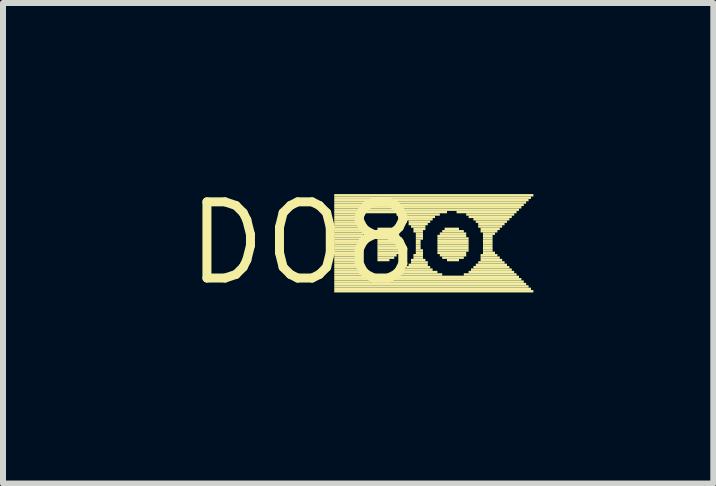
<source format=kicad_pcb>
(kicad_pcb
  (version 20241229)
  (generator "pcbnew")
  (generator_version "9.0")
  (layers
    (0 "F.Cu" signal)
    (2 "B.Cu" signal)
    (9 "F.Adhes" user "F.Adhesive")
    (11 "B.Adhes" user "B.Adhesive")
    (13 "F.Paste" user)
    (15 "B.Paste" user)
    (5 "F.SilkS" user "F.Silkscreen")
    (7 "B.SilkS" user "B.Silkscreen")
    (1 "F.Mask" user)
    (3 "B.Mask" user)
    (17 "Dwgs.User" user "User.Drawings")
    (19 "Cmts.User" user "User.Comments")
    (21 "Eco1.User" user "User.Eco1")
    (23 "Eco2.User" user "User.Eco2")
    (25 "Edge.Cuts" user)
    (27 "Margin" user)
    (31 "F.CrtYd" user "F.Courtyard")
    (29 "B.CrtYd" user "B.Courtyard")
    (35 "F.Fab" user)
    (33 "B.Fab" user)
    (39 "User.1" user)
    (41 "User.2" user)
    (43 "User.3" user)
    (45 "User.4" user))
  (footprint "DO8"
    (layer "F.Cu")
    (at 2.003 1.006)
    (property "Reference" "DO8" (at 0 0 0) (layer "F.SilkS") (effects (font (size 1.27 1.27) (thickness 0.15))))
    (attr through_hole)
    (fp_poly (pts (xy 0.52 -0.78) (xy 3.84 -0.78) (xy 3.84 -0.82) (xy 0.52 -0.82)) (stroke (width 0) (type solid)) (fill yes) (layer "F.SilkS"))
    (fp_poly (pts (xy 0.52 -0.74) (xy 3.8 -0.74) (xy 3.8 -0.78) (xy 0.52 -0.78)) (stroke (width 0) (type solid)) (fill yes) (layer "F.SilkS"))
    (fp_poly (pts (xy 0.52 -0.7) (xy 3.76 -0.7) (xy 3.76 -0.74) (xy 0.52 -0.74)) (stroke (width 0) (type solid)) (fill yes) (layer "F.SilkS"))
    (fp_poly (pts (xy 0.52 -0.66) (xy 3.72 -0.66) (xy 3.72 -0.7) (xy 0.52 -0.7)) (stroke (width 0) (type solid)) (fill yes) (layer "F.SilkS"))
    (fp_poly (pts (xy 0.52 -0.62) (xy 3.68 -0.62) (xy 3.68 -0.66) (xy 0.52 -0.66)) (stroke (width 0) (type solid)) (fill yes) (layer "F.SilkS"))
    (fp_poly (pts (xy 0.52 -0.58) (xy 3.64 -0.58) (xy 3.64 -0.62) (xy 0.52 -0.62)) (stroke (width 0) (type solid)) (fill yes) (layer "F.SilkS"))
    (fp_poly (pts (xy 0.52 -0.54) (xy 3.6 -0.54) (xy 3.6 -0.58) (xy 0.52 -0.58)) (stroke (width 0) (type solid)) (fill yes) (layer "F.SilkS"))
    (fp_poly (pts (xy 0.52 -0.5) (xy 2.4 -0.5) (xy 2.4 -0.54) (xy 0.52 -0.54)) (stroke (width 0) (type solid)) (fill yes) (layer "F.SilkS"))
    (fp_poly (pts (xy 0.52 -0.46) (xy 1 -0.46) (xy 1 -0.5) (xy 0.52 -0.5)) (stroke (width 0) (type solid)) (fill yes) (layer "F.SilkS"))
    (fp_poly (pts (xy 0.52 -0.42) (xy 1 -0.42) (xy 1 -0.46) (xy 0.52 -0.46)) (stroke (width 0) (type solid)) (fill yes) (layer "F.SilkS"))
    (fp_poly (pts (xy 0.52 -0.38) (xy 1 -0.38) (xy 1 -0.42) (xy 0.52 -0.42)) (stroke (width 0) (type solid)) (fill yes) (layer "F.SilkS"))
    (fp_poly (pts (xy 0.52 -0.34) (xy 1 -0.34) (xy 1 -0.38) (xy 0.52 -0.38)) (stroke (width 0) (type solid)) (fill yes) (layer "F.SilkS"))
    (fp_poly (pts (xy 0.52 -0.3) (xy 1 -0.3) (xy 1 -0.34) (xy 0.52 -0.34)) (stroke (width 0) (type solid)) (fill yes) (layer "F.SilkS"))
    (fp_poly (pts (xy 0.52 -0.26) (xy 1 -0.26) (xy 1 -0.3) (xy 0.52 -0.3)) (stroke (width 0) (type solid)) (fill yes) (layer "F.SilkS"))
    (fp_poly (pts (xy 0.52 -0.22) (xy 1 -0.22) (xy 1 -0.26) (xy 0.52 -0.26)) (stroke (width 0) (type solid)) (fill yes) (layer "F.SilkS"))
    (fp_poly (pts (xy 0.52 -0.18) (xy 1 -0.18) (xy 1 -0.22) (xy 0.52 -0.22)) (stroke (width 0) (type solid)) (fill yes) (layer "F.SilkS"))
    (fp_poly (pts (xy 0.52 -0.14) (xy 1 -0.14) (xy 1 -0.18) (xy 0.52 -0.18)) (stroke (width 0) (type solid)) (fill yes) (layer "F.SilkS"))
    (fp_poly (pts (xy 0.52 -0.1) (xy 1 -0.1) (xy 1 -0.14) (xy 0.52 -0.14)) (stroke (width 0) (type solid)) (fill yes) (layer "F.SilkS"))
    (fp_poly (pts (xy 0.52 -0.06) (xy 1 -0.06) (xy 1 -0.1) (xy 0.52 -0.1)) (stroke (width 0) (type solid)) (fill yes) (layer "F.SilkS"))
    (fp_poly (pts (xy 0.52 -0.02) (xy 1 -0.02) (xy 1 -0.06) (xy 0.52 -0.06)) (stroke (width 0) (type solid)) (fill yes) (layer "F.SilkS"))
    (fp_poly (pts (xy 0.52 0.02) (xy 1 0.02) (xy 1 -0.02) (xy 0.52 -0.02)) (stroke (width 0) (type solid)) (fill yes) (layer "F.SilkS"))
    (fp_poly (pts (xy 0.52 0.06) (xy 1 0.06) (xy 1 0.02) (xy 0.52 0.02)) (stroke (width 0) (type solid)) (fill yes) (layer "F.SilkS"))
    (fp_poly (pts (xy 0.52 0.1) (xy 1 0.1) (xy 1 0.06) (xy 0.52 0.06)) (stroke (width 0) (type solid)) (fill yes) (layer "F.SilkS"))
    (fp_poly (pts (xy 0.52 0.14) (xy 1 0.14) (xy 1 0.1) (xy 0.52 0.1)) (stroke (width 0) (type solid)) (fill yes) (layer "F.SilkS"))
    (fp_poly (pts (xy 0.52 0.18) (xy 1 0.18) (xy 1 0.14) (xy 0.52 0.14)) (stroke (width 0) (type solid)) (fill yes) (layer "F.SilkS"))
    (fp_poly (pts (xy 0.52 0.22) (xy 1 0.22) (xy 1 0.18) (xy 0.52 0.18)) (stroke (width 0) (type solid)) (fill yes) (layer "F.SilkS"))
    (fp_poly (pts (xy 0.52 0.26) (xy 1 0.26) (xy 1 0.22) (xy 0.52 0.22)) (stroke (width 0) (type solid)) (fill yes) (layer "F.SilkS"))
    (fp_poly (pts (xy 0.52 0.3) (xy 1 0.3) (xy 1 0.26) (xy 0.52 0.26)) (stroke (width 0) (type solid)) (fill yes) (layer "F.SilkS"))
    (fp_poly (pts (xy 0.52 0.34) (xy 1 0.34) (xy 1 0.3) (xy 0.52 0.3)) (stroke (width 0) (type solid)) (fill yes) (layer "F.SilkS"))
    (fp_poly (pts (xy 0.52 0.38) (xy 1 0.38) (xy 1 0.34) (xy 0.52 0.34)) (stroke (width 0) (type solid)) (fill yes) (layer "F.SilkS"))
    (fp_poly (pts (xy 0.52 0.42) (xy 1 0.42) (xy 1 0.38) (xy 0.52 0.38)) (stroke (width 0) (type solid)) (fill yes) (layer "F.SilkS"))
    (fp_poly (pts (xy 0.52 0.46) (xy 1 0.46) (xy 1 0.42) (xy 0.52 0.42)) (stroke (width 0) (type solid)) (fill yes) (layer "F.SilkS"))
    (fp_poly (pts (xy 0.52 0.5) (xy 1 0.5) (xy 1 0.46) (xy 0.52 0.46)) (stroke (width 0) (type solid)) (fill yes) (layer "F.SilkS"))
    (fp_poly (pts (xy 0.52 0.54) (xy 1 0.54) (xy 1 0.5) (xy 0.52 0.5)) (stroke (width 0) (type solid)) (fill yes) (layer "F.SilkS"))
    (fp_poly (pts (xy 0.52 0.58) (xy 3.6 0.58) (xy 3.6 0.54) (xy 0.52 0.54)) (stroke (width 0) (type solid)) (fill yes) (layer "F.SilkS"))
    (fp_poly (pts (xy 0.52 0.62) (xy 3.64 0.62) (xy 3.64 0.58) (xy 0.52 0.58)) (stroke (width 0) (type solid)) (fill yes) (layer "F.SilkS"))
    (fp_poly (pts (xy 0.52 0.66) (xy 3.68 0.66) (xy 3.68 0.62) (xy 0.52 0.62)) (stroke (width 0) (type solid)) (fill yes) (layer "F.SilkS"))
    (fp_poly (pts (xy 0.52 0.7) (xy 3.72 0.7) (xy 3.72 0.66) (xy 0.52 0.66)) (stroke (width 0) (type solid)) (fill yes) (layer "F.SilkS"))
    (fp_poly (pts (xy 0.52 0.74) (xy 3.76 0.74) (xy 3.76 0.7) (xy 0.52 0.7)) (stroke (width 0) (type solid)) (fill yes) (layer "F.SilkS"))
    (fp_poly (pts (xy 0.52 0.78) (xy 3.8 0.78) (xy 3.8 0.74) (xy 0.52 0.74)) (stroke (width 0) (type solid)) (fill yes) (layer "F.SilkS"))
    (fp_poly (pts (xy 0.52 0.82) (xy 3.84 0.82) (xy 3.84 0.78) (xy 0.52 0.78)) (stroke (width 0) (type solid)) (fill yes) (layer "F.SilkS"))
    (fp_poly (pts (xy 1.24 -0.22) (xy 1.48 -0.22) (xy 1.48 -0.26) (xy 1.24 -0.26)) (stroke (width 0) (type solid)) (fill yes) (layer "F.SilkS"))
    (fp_poly (pts (xy 1.24 -0.18) (xy 1.56 -0.18) (xy 1.56 -0.22) (xy 1.24 -0.22)) (stroke (width 0) (type solid)) (fill yes) (layer "F.SilkS"))
    (fp_poly (pts (xy 1.24 -0.14) (xy 1.6 -0.14) (xy 1.6 -0.18) (xy 1.24 -0.18)) (stroke (width 0) (type solid)) (fill yes) (layer "F.SilkS"))
    (fp_poly (pts (xy 1.24 -0.1) (xy 1.6 -0.1) (xy 1.6 -0.14) (xy 1.24 -0.14)) (stroke (width 0) (type solid)) (fill yes) (layer "F.SilkS"))
    (fp_poly (pts (xy 1.24 -0.06) (xy 1.64 -0.06) (xy 1.64 -0.1) (xy 1.24 -0.1)) (stroke (width 0) (type solid)) (fill yes) (layer "F.SilkS"))
    (fp_poly (pts (xy 1.24 -0.02) (xy 1.64 -0.02) (xy 1.64 -0.06) (xy 1.24 -0.06)) (stroke (width 0) (type solid)) (fill yes) (layer "F.SilkS"))
    (fp_poly (pts (xy 1.24 0.02) (xy 1.64 0.02) (xy 1.64 -0.02) (xy 1.24 -0.02)) (stroke (width 0) (type solid)) (fill yes) (layer "F.SilkS"))
    (fp_poly (pts (xy 1.24 0.06) (xy 1.64 0.06) (xy 1.64 0.02) (xy 1.24 0.02)) (stroke (width 0) (type solid)) (fill yes) (layer "F.SilkS"))
    (fp_poly (pts (xy 1.24 0.1) (xy 1.64 0.1) (xy 1.64 0.06) (xy 1.24 0.06)) (stroke (width 0) (type solid)) (fill yes) (layer "F.SilkS"))
    (fp_poly (pts (xy 1.24 0.14) (xy 1.64 0.14) (xy 1.64 0.1) (xy 1.24 0.1)) (stroke (width 0) (type solid)) (fill yes) (layer "F.SilkS"))
    (fp_poly (pts (xy 1.24 0.18) (xy 1.6 0.18) (xy 1.6 0.14) (xy 1.24 0.14)) (stroke (width 0) (type solid)) (fill yes) (layer "F.SilkS"))
    (fp_poly (pts (xy 1.24 0.22) (xy 1.56 0.22) (xy 1.56 0.18) (xy 1.24 0.18)) (stroke (width 0) (type solid)) (fill yes) (layer "F.SilkS"))
    (fp_poly (pts (xy 1.24 0.26) (xy 1.52 0.26) (xy 1.52 0.22) (xy 1.24 0.22)) (stroke (width 0) (type solid)) (fill yes) (layer "F.SilkS"))
    (fp_poly (pts (xy 1.24 0.3) (xy 1.44 0.3) (xy 1.44 0.26) (xy 1.24 0.26)) (stroke (width 0) (type solid)) (fill yes) (layer "F.SilkS"))
    (fp_poly (pts (xy 1.52 0.54) (xy 2.32 0.54) (xy 2.32 0.5) (xy 1.52 0.5)) (stroke (width 0) (type solid)) (fill yes) (layer "F.SilkS"))
    (fp_poly (pts (xy 1.56 -0.46) (xy 2.28 -0.46) (xy 2.28 -0.5) (xy 1.56 -0.5)) (stroke (width 0) (type solid)) (fill yes) (layer "F.SilkS"))
    (fp_poly (pts (xy 1.6 0.5) (xy 2.24 0.5) (xy 2.24 0.46) (xy 1.6 0.46)) (stroke (width 0) (type solid)) (fill yes) (layer "F.SilkS"))
    (fp_poly (pts (xy 1.64 -0.42) (xy 2.2 -0.42) (xy 2.2 -0.46) (xy 1.64 -0.46)) (stroke (width 0) (type solid)) (fill yes) (layer "F.SilkS"))
    (fp_poly (pts (xy 1.68 -0.38) (xy 2.16 -0.38) (xy 2.16 -0.42) (xy 1.68 -0.42)) (stroke (width 0) (type solid)) (fill yes) (layer "F.SilkS"))
    (fp_poly (pts (xy 1.68 0.46) (xy 2.16 0.46) (xy 2.16 0.42) (xy 1.68 0.42)) (stroke (width 0) (type solid)) (fill yes) (layer "F.SilkS"))
    (fp_poly (pts (xy 1.72 0.42) (xy 2.12 0.42) (xy 2.12 0.38) (xy 1.72 0.38)) (stroke (width 0) (type solid)) (fill yes) (layer "F.SilkS"))
    (fp_poly (pts (xy 1.76 -0.34) (xy 2.12 -0.34) (xy 2.12 -0.38) (xy 1.76 -0.38)) (stroke (width 0) (type solid)) (fill yes) (layer "F.SilkS"))
    (fp_poly (pts (xy 1.76 -0.3) (xy 2.08 -0.3) (xy 2.08 -0.34) (xy 1.76 -0.34)) (stroke (width 0) (type solid)) (fill yes) (layer "F.SilkS"))
    (fp_poly (pts (xy 1.76 0.38) (xy 2.08 0.38) (xy 2.08 0.34) (xy 1.76 0.34)) (stroke (width 0) (type solid)) (fill yes) (layer "F.SilkS"))
    (fp_poly (pts (xy 1.8 -0.26) (xy 2.04 -0.26) (xy 2.04 -0.3) (xy 1.8 -0.3)) (stroke (width 0) (type solid)) (fill yes) (layer "F.SilkS"))
    (fp_poly (pts (xy 1.8 0.3) (xy 2.04 0.3) (xy 2.04 0.26) (xy 1.8 0.26)) (stroke (width 0) (type solid)) (fill yes) (layer "F.SilkS"))
    (fp_poly (pts (xy 1.8 0.34) (xy 2.08 0.34) (xy 2.08 0.3) (xy 1.8 0.3)) (stroke (width 0) (type solid)) (fill yes) (layer "F.SilkS"))
    (fp_poly (pts (xy 1.84 -0.22) (xy 2.04 -0.22) (xy 2.04 -0.26) (xy 1.84 -0.26)) (stroke (width 0) (type solid)) (fill yes) (layer "F.SilkS"))
    (fp_poly (pts (xy 1.84 -0.18) (xy 2 -0.18) (xy 2 -0.22) (xy 1.84 -0.22)) (stroke (width 0) (type solid)) (fill yes) (layer "F.SilkS"))
    (fp_poly (pts (xy 1.84 0.22) (xy 2 0.22) (xy 2 0.18) (xy 1.84 0.18)) (stroke (width 0) (type solid)) (fill yes) (layer "F.SilkS"))
    (fp_poly (pts (xy 1.84 0.26) (xy 2 0.26) (xy 2 0.22) (xy 1.84 0.22)) (stroke (width 0) (type solid)) (fill yes) (layer "F.SilkS"))
    (fp_poly (pts (xy 1.88 -0.14) (xy 2 -0.14) (xy 2 -0.18) (xy 1.88 -0.18)) (stroke (width 0) (type solid)) (fill yes) (layer "F.SilkS"))
    (fp_poly (pts (xy 1.88 -0.1) (xy 2 -0.1) (xy 2 -0.14) (xy 1.88 -0.14)) (stroke (width 0) (type solid)) (fill yes) (layer "F.SilkS"))
    (fp_poly (pts (xy 1.88 -0.06) (xy 2 -0.06) (xy 2 -0.1) (xy 1.88 -0.1)) (stroke (width 0) (type solid)) (fill yes) (layer "F.SilkS"))
    (fp_poly (pts (xy 1.88 -0.02) (xy 1.96 -0.02) (xy 1.96 -0.06) (xy 1.88 -0.06)) (stroke (width 0) (type solid)) (fill yes) (layer "F.SilkS"))
    (fp_poly (pts (xy 1.88 0.02) (xy 1.96 0.02) (xy 1.96 -0.02) (xy 1.88 -0.02)) (stroke (width 0) (type solid)) (fill yes) (layer "F.SilkS"))
    (fp_poly (pts (xy 1.88 0.06) (xy 1.96 0.06) (xy 1.96 0.02) (xy 1.88 0.02)) (stroke (width 0) (type solid)) (fill yes) (layer "F.SilkS"))
    (fp_poly (pts (xy 1.88 0.1) (xy 1.96 0.1) (xy 1.96 0.06) (xy 1.88 0.06)) (stroke (width 0) (type solid)) (fill yes) (layer "F.SilkS"))
    (fp_poly (pts (xy 1.88 0.14) (xy 2 0.14) (xy 2 0.1) (xy 1.88 0.1)) (stroke (width 0) (type solid)) (fill yes) (layer "F.SilkS"))
    (fp_poly (pts (xy 1.88 0.18) (xy 2 0.18) (xy 2 0.14) (xy 1.88 0.14)) (stroke (width 0) (type solid)) (fill yes) (layer "F.SilkS"))
    (fp_poly (pts (xy 2.24 -0.1) (xy 2.72 -0.1) (xy 2.72 -0.14) (xy 2.24 -0.14)) (stroke (width 0) (type solid)) (fill yes) (layer "F.SilkS"))
    (fp_poly (pts (xy 2.24 -0.06) (xy 2.76 -0.06) (xy 2.76 -0.1) (xy 2.24 -0.1)) (stroke (width 0) (type solid)) (fill yes) (layer "F.SilkS"))
    (fp_poly (pts (xy 2.24 -0.02) (xy 2.76 -0.02) (xy 2.76 -0.06) (xy 2.24 -0.06)) (stroke (width 0) (type solid)) (fill yes) (layer "F.SilkS"))
    (fp_poly (pts (xy 2.24 0.02) (xy 2.76 0.02) (xy 2.76 -0.02) (xy 2.24 -0.02)) (stroke (width 0) (type solid)) (fill yes) (layer "F.SilkS"))
    (fp_poly (pts (xy 2.24 0.06) (xy 2.76 0.06) (xy 2.76 0.02) (xy 2.24 0.02)) (stroke (width 0) (type solid)) (fill yes) (layer "F.SilkS"))
    (fp_poly (pts (xy 2.24 0.1) (xy 2.76 0.1) (xy 2.76 0.06) (xy 2.24 0.06)) (stroke (width 0) (type solid)) (fill yes) (layer "F.SilkS"))
    (fp_poly (pts (xy 2.24 0.14) (xy 2.76 0.14) (xy 2.76 0.1) (xy 2.24 0.1)) (stroke (width 0) (type solid)) (fill yes) (layer "F.SilkS"))
    (fp_poly (pts (xy 2.24 0.18) (xy 2.72 0.18) (xy 2.72 0.14) (xy 2.24 0.14)) (stroke (width 0) (type solid)) (fill yes) (layer "F.SilkS"))
    (fp_poly (pts (xy 2.28 -0.14) (xy 2.72 -0.14) (xy 2.72 -0.18) (xy 2.28 -0.18)) (stroke (width 0) (type solid)) (fill yes) (layer "F.SilkS"))
    (fp_poly (pts (xy 2.28 0.22) (xy 2.72 0.22) (xy 2.72 0.18) (xy 2.28 0.18)) (stroke (width 0) (type solid)) (fill yes) (layer "F.SilkS"))
    (fp_poly (pts (xy 2.32 -0.18) (xy 2.68 -0.18) (xy 2.68 -0.22) (xy 2.32 -0.22)) (stroke (width 0) (type solid)) (fill yes) (layer "F.SilkS"))
    (fp_poly (pts (xy 2.32 0.26) (xy 2.68 0.26) (xy 2.68 0.22) (xy 2.32 0.22)) (stroke (width 0) (type solid)) (fill yes) (layer "F.SilkS"))
    (fp_poly (pts (xy 2.36 -0.22) (xy 2.6 -0.22) (xy 2.6 -0.26) (xy 2.36 -0.26)) (stroke (width 0) (type solid)) (fill yes) (layer "F.SilkS"))
    (fp_poly (pts (xy 2.4 0.3) (xy 2.6 0.3) (xy 2.6 0.26) (xy 2.4 0.26)) (stroke (width 0) (type solid)) (fill yes) (layer "F.SilkS"))
    (fp_poly (pts (xy 2.56 -0.5) (xy 3.56 -0.5) (xy 3.56 -0.54) (xy 2.56 -0.54)) (stroke (width 0) (type solid)) (fill yes) (layer "F.SilkS"))
    (fp_poly (pts (xy 2.68 0.54) (xy 3.56 0.54) (xy 3.56 0.5) (xy 2.68 0.5)) (stroke (width 0) (type solid)) (fill yes) (layer "F.SilkS"))
    (fp_poly (pts (xy 2.72 -0.46) (xy 3.52 -0.46) (xy 3.52 -0.5) (xy 2.72 -0.5)) (stroke (width 0) (type solid)) (fill yes) (layer "F.SilkS"))
    (fp_poly (pts (xy 2.76 -0.42) (xy 3.48 -0.42) (xy 3.48 -0.46) (xy 2.76 -0.46)) (stroke (width 0) (type solid)) (fill yes) (layer "F.SilkS"))
    (fp_poly (pts (xy 2.76 0.5) (xy 3.52 0.5) (xy 3.52 0.46) (xy 2.76 0.46)) (stroke (width 0) (type solid)) (fill yes) (layer "F.SilkS"))
    (fp_poly (pts (xy 2.8 0.46) (xy 3.48 0.46) (xy 3.48 0.42) (xy 2.8 0.42)) (stroke (width 0) (type solid)) (fill yes) (layer "F.SilkS"))
    (fp_poly (pts (xy 2.84 -0.38) (xy 3.44 -0.38) (xy 3.44 -0.42) (xy 2.84 -0.42)) (stroke (width 0) (type solid)) (fill yes) (layer "F.SilkS"))
    (fp_poly (pts (xy 2.84 0.42) (xy 3.44 0.42) (xy 3.44 0.38) (xy 2.84 0.38)) (stroke (width 0) (type solid)) (fill yes) (layer "F.SilkS"))
    (fp_poly (pts (xy 2.88 -0.34) (xy 3.4 -0.34) (xy 3.4 -0.38) (xy 2.88 -0.38)) (stroke (width 0) (type solid)) (fill yes) (layer "F.SilkS"))
    (fp_poly (pts (xy 2.88 0.38) (xy 3.4 0.38) (xy 3.4 0.34) (xy 2.88 0.34)) (stroke (width 0) (type solid)) (fill yes) (layer "F.SilkS"))
    (fp_poly (pts (xy 2.92 -0.3) (xy 3.36 -0.3) (xy 3.36 -0.34) (xy 2.92 -0.34)) (stroke (width 0) (type solid)) (fill yes) (layer "F.SilkS"))
    (fp_poly (pts (xy 2.92 -0.26) (xy 3.32 -0.26) (xy 3.32 -0.3) (xy 2.92 -0.3)) (stroke (width 0) (type solid)) (fill yes) (layer "F.SilkS"))
    (fp_poly (pts (xy 2.92 0.34) (xy 3.36 0.34) (xy 3.36 0.3) (xy 2.92 0.3)) (stroke (width 0) (type solid)) (fill yes) (layer "F.SilkS"))
    (fp_poly (pts (xy 2.96 -0.22) (xy 3.28 -0.22) (xy 3.28 -0.26) (xy 2.96 -0.26)) (stroke (width 0) (type solid)) (fill yes) (layer "F.SilkS"))
    (fp_poly (pts (xy 2.96 -0.18) (xy 3.24 -0.18) (xy 3.24 -0.22) (xy 2.96 -0.22)) (stroke (width 0) (type solid)) (fill yes) (layer "F.SilkS"))
    (fp_poly (pts (xy 2.96 0.22) (xy 3.24 0.22) (xy 3.24 0.18) (xy 2.96 0.18)) (stroke (width 0) (type solid)) (fill yes) (layer "F.SilkS"))
    (fp_poly (pts (xy 2.96 0.26) (xy 3.28 0.26) (xy 3.28 0.22) (xy 2.96 0.22)) (stroke (width 0) (type solid)) (fill yes) (layer "F.SilkS"))
    (fp_poly (pts (xy 2.96 0.3) (xy 3.32 0.3) (xy 3.32 0.26) (xy 2.96 0.26)) (stroke (width 0) (type solid)) (fill yes) (layer "F.SilkS"))
    (fp_poly (pts (xy 3 -0.14) (xy 3.2 -0.14) (xy 3.2 -0.18) (xy 3 -0.18)) (stroke (width 0) (type solid)) (fill yes) (layer "F.SilkS"))
    (fp_poly (pts (xy 3 -0.1) (xy 3.16 -0.1) (xy 3.16 -0.14) (xy 3 -0.14)) (stroke (width 0) (type solid)) (fill yes) (layer "F.SilkS"))
    (fp_poly (pts (xy 3 -0.06) (xy 3.16 -0.06) (xy 3.16 -0.1) (xy 3 -0.1)) (stroke (width 0) (type solid)) (fill yes) (layer "F.SilkS"))
    (fp_poly (pts (xy 3 -0.02) (xy 3.16 -0.02) (xy 3.16 -0.06) (xy 3 -0.06)) (stroke (width 0) (type solid)) (fill yes) (layer "F.SilkS"))
    (fp_poly (pts (xy 3 0.02) (xy 3.16 0.02) (xy 3.16 -0.02) (xy 3 -0.02)) (stroke (width 0) (type solid)) (fill yes) (layer "F.SilkS"))
    (fp_poly (pts (xy 3 0.06) (xy 3.16 0.06) (xy 3.16 0.02) (xy 3 0.02)) (stroke (width 0) (type solid)) (fill yes) (layer "F.SilkS"))
    (fp_poly (pts (xy 3 0.1) (xy 3.16 0.1) (xy 3.16 0.06) (xy 3 0.06)) (stroke (width 0) (type solid)) (fill yes) (layer "F.SilkS"))
    (fp_poly (pts (xy 3 0.14) (xy 3.16 0.14) (xy 3.16 0.1) (xy 3 0.1)) (stroke (width 0) (type solid)) (fill yes) (layer "F.SilkS"))
    (fp_poly (pts (xy 3 0.18) (xy 3.2 0.18) (xy 3.2 0.14) (xy 3 0.14)) (stroke (width 0) (type solid)) (fill yes) (layer "F.SilkS")))
  (gr_rect
    (start -3 -3)
    (end 8.843 5.012)
    (stroke (width 0.1) (type default))
    (fill no)
    (layer "Edge.Cuts")))
</source>
